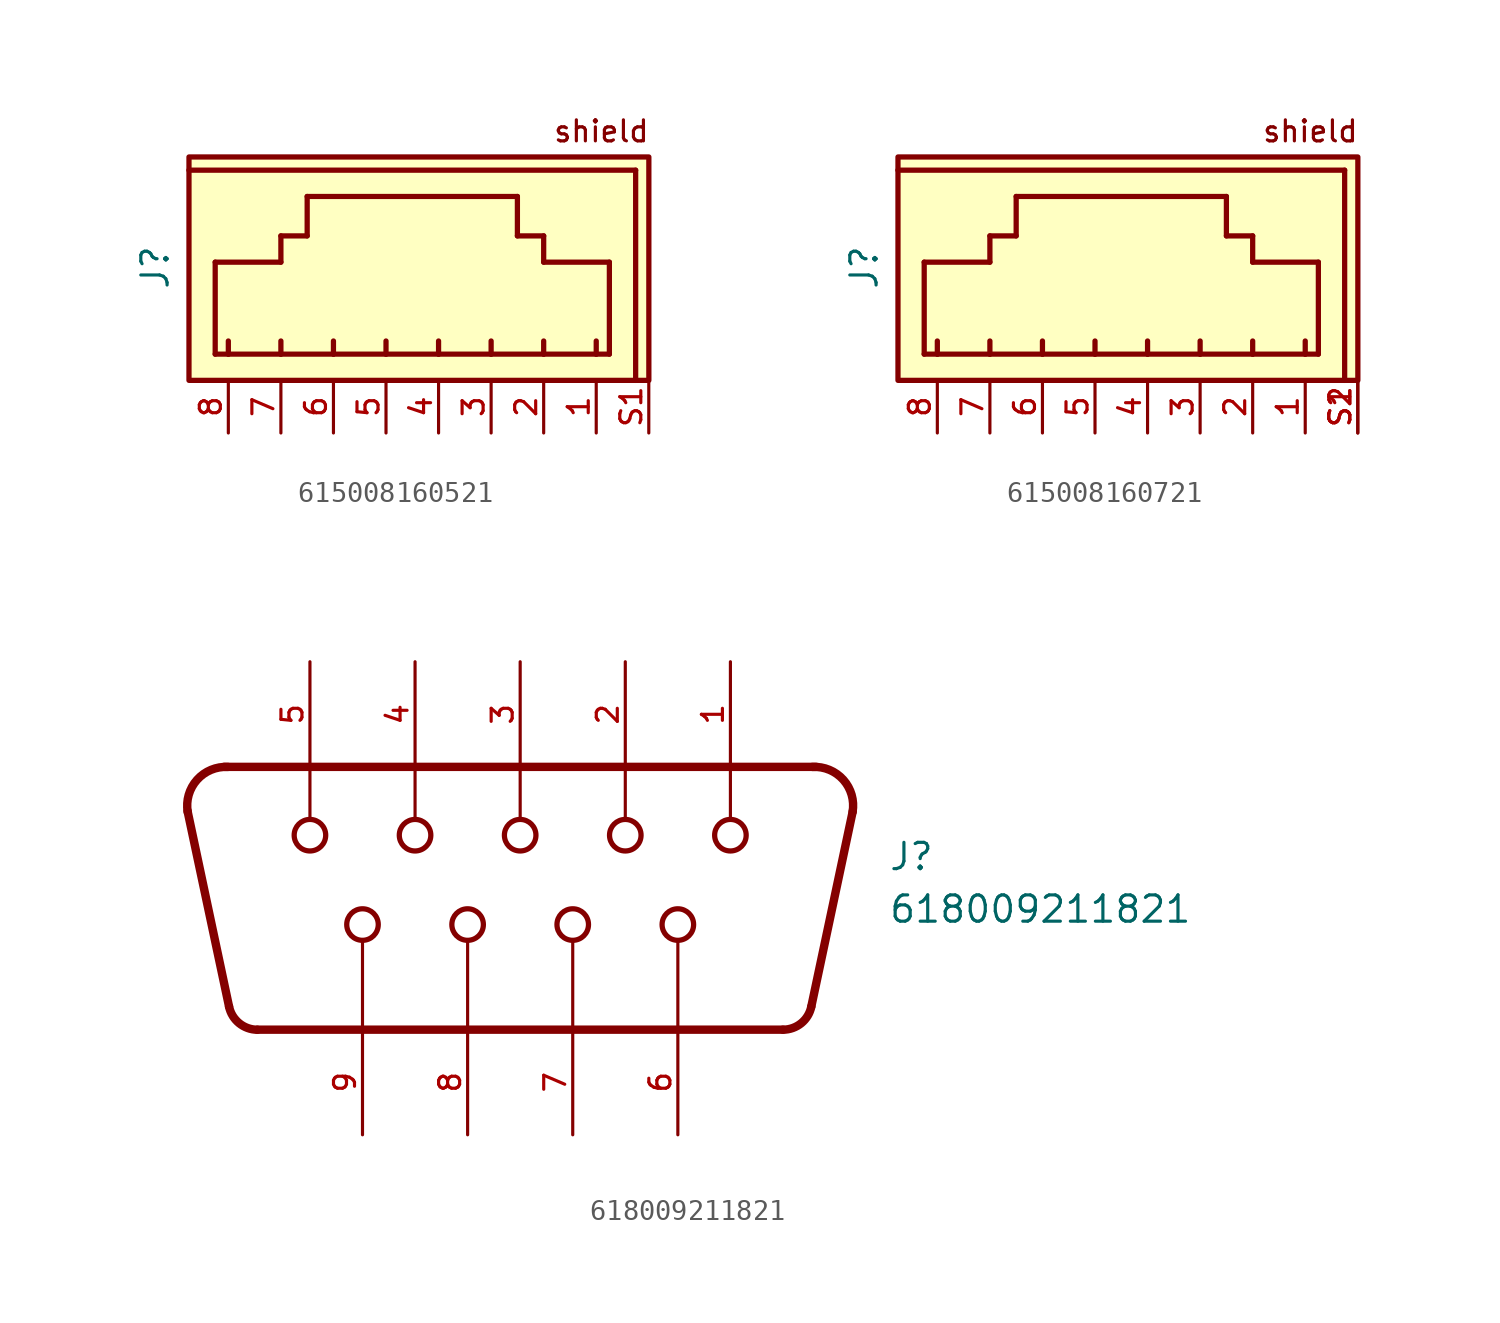
<source format=kicad_sym>
(kicad_symbol_lib
  (version 20231120)
  (generator "kicad_symbol_editor")
  (generator_version "8.0")
  (symbol "615008160521"
    (pin_names
      (offset 1.016))
    (property "Reference" "J"
      (at -12.957 0.378 90)
      (effects (font (size 1.27 1.27)) (justify bottom)))
    (symbol "615008160521_0_0"
      (rectangle (start -12.062 -5.077) (end 10.163 5.718) (stroke (width 0.254) (type default)) (fill (type background)))
      (polyline (pts (xy -12.065 5.08) (xy 9.525 5.08)) (stroke (width 0.254) (type default)) (fill (type none)))
      (polyline (pts (xy -10.795 -3.81) (xy -10.795 0.635)) (stroke (width 0.254) (type default)) (fill (type none)))
      (polyline (pts (xy -10.795 0.635) (xy -7.62 0.635)) (stroke (width 0.254) (type default)) (fill (type none)))
      (polyline (pts (xy -10.16 -3.81) (xy -10.795 -3.81)) (stroke (width 0.254) (type default)) (fill (type none)))
      (polyline (pts (xy -10.16 -3.81) (xy -10.16 -3.175)) (stroke (width 0.254) (type default)) (fill (type none)))
      (polyline (pts (xy -7.62 -3.81) (xy -10.16 -3.81)) (stroke (width 0.254) (type default)) (fill (type none)))
      (polyline (pts (xy -7.62 -3.81) (xy -7.62 -3.175)) (stroke (width 0.254) (type default)) (fill (type none)))
      (polyline (pts (xy -7.62 0.635) (xy -7.62 1.905)) (stroke (width 0.254) (type default)) (fill (type none)))
      (polyline (pts (xy -7.62 1.905) (xy -6.35 1.905)) (stroke (width 0.254) (type default)) (fill (type none)))
      (polyline (pts (xy -6.35 1.905) (xy -6.35 3.81)) (stroke (width 0.254) (type default)) (fill (type none)))
      (polyline (pts (xy -6.35 3.81) (xy 3.81 3.81)) (stroke (width 0.254) (type default)) (fill (type none)))
      (polyline (pts (xy -5.08 -3.81) (xy -7.62 -3.81)) (stroke (width 0.254) (type default)) (fill (type none)))
      (polyline (pts (xy -5.08 -3.81) (xy -5.08 -3.175)) (stroke (width 0.254) (type default)) (fill (type none)))
      (polyline (pts (xy -2.54 -3.81) (xy -5.08 -3.81)) (stroke (width 0.254) (type default)) (fill (type none)))
      (polyline (pts (xy -2.54 -3.81) (xy -2.54 -3.175)) (stroke (width 0.254) (type default)) (fill (type none)))
      (polyline (pts (xy 0 -3.81) (xy -2.54 -3.81)) (stroke (width 0.254) (type default)) (fill (type none)))
      (polyline (pts (xy 0 -3.81) (xy 0 -3.175)) (stroke (width 0.254) (type default)) (fill (type none)))
      (polyline (pts (xy 2.54 -3.81) (xy 0 -3.81)) (stroke (width 0.254) (type default)) (fill (type none)))
      (polyline (pts (xy 2.54 -3.81) (xy 2.54 -3.175)) (stroke (width 0.254) (type default)) (fill (type none)))
      (polyline (pts (xy 3.81 1.905) (xy 3.81 3.81)) (stroke (width 0.254) (type default)) (fill (type none)))
      (polyline (pts (xy 5.08 -3.81) (xy 2.54 -3.81)) (stroke (width 0.254) (type default)) (fill (type none)))
      (polyline (pts (xy 5.08 -3.81) (xy 5.08 -3.175)) (stroke (width 0.254) (type default)) (fill (type none)))
      (polyline (pts (xy 5.08 0.635) (xy 5.08 1.905)) (stroke (width 0.254) (type default)) (fill (type none)))
      (polyline (pts (xy 5.08 1.905) (xy 3.81 1.905)) (stroke (width 0.254) (type default)) (fill (type none)))
      (polyline (pts (xy 7.62 -3.81) (xy 5.08 -3.81)) (stroke (width 0.254) (type default)) (fill (type none)))
      (polyline (pts (xy 7.62 -3.81) (xy 7.62 -3.175)) (stroke (width 0.254) (type default)) (fill (type none)))
      (polyline (pts (xy 8.255 -3.81) (xy 7.62 -3.81)) (stroke (width 0.254) (type default)) (fill (type none)))
      (polyline (pts (xy 8.255 0.635) (xy 5.08 0.635)) (stroke (width 0.254) (type default)) (fill (type none)))
      (polyline (pts (xy 8.255 0.635) (xy 8.255 -3.81)) (stroke (width 0.254) (type default)) (fill (type none)))
      (polyline (pts (xy 9.525 5.08) (xy 9.525 -5.08)) (stroke (width 0.254) (type default)) (fill (type none)))
      (text "shield" (at 5.495 6.365 0) (effects (font (size 1.016 1.016)) (justify left bottom)))
      (pin passive line (at 7.62 -7.62 90) (length 2.54) (name "~" (effects (font (size 1.016 1.016)))) (number "1" (effects (font (size 1.016 1.016)))))
      (pin passive line (at 5.08 -7.62 90) (length 2.54) (name "~" (effects (font (size 1.016 1.016)))) (number "2" (effects (font (size 1.016 1.016)))))
      (pin passive line (at 2.54 -7.62 90) (length 2.54) (name "~" (effects (font (size 1.016 1.016)))) (number "3" (effects (font (size 1.016 1.016)))))
      (pin passive line (at 0 -7.62 90) (length 2.54) (name "~" (effects (font (size 1.016 1.016)))) (number "4" (effects (font (size 1.016 1.016)))))
      (pin passive line (at -2.54 -7.62 90) (length 2.54) (name "~" (effects (font (size 1.016 1.016)))) (number "5" (effects (font (size 1.016 1.016)))))
      (pin passive line (at -5.08 -7.62 90) (length 2.54) (name "~" (effects (font (size 1.016 1.016)))) (number "6" (effects (font (size 1.016 1.016)))))
      (pin passive line (at -7.62 -7.62 90) (length 2.54) (name "~" (effects (font (size 1.016 1.016)))) (number "7" (effects (font (size 1.016 1.016)))))
      (pin passive line (at -10.16 -7.62 90) (length 2.54) (name "~" (effects (font (size 1.016 1.016)))) (number "8" (effects (font (size 1.016 1.016)))))
      (pin passive line (at 10.16 -7.62 90) (length 2.54) (name "~" (effects (font (size 1.016 1.016)))) (number "S1" (effects (font (size 1.016 1.016)))))))
  (symbol "615008160721"
    (pin_names
      (offset 1.016))
    (property "Reference" "J"
      (at -12.957 0.378 90)
      (effects (font (size 1.27 1.27)) (justify bottom)))
    (symbol "615008160721_0_0"
      (rectangle (start -12.062 -5.077) (end 10.163 5.718) (stroke (width 0.254) (type default)) (fill (type background)))
      (polyline (pts (xy -12.065 5.08) (xy 9.525 5.08)) (stroke (width 0.254) (type default)) (fill (type none)))
      (polyline (pts (xy -10.795 -3.81) (xy -10.795 0.635)) (stroke (width 0.254) (type default)) (fill (type none)))
      (polyline (pts (xy -10.795 0.635) (xy -7.62 0.635)) (stroke (width 0.254) (type default)) (fill (type none)))
      (polyline (pts (xy -10.16 -3.81) (xy -10.795 -3.81)) (stroke (width 0.254) (type default)) (fill (type none)))
      (polyline (pts (xy -10.16 -3.81) (xy -10.16 -3.175)) (stroke (width 0.254) (type default)) (fill (type none)))
      (polyline (pts (xy -7.62 -3.81) (xy -10.16 -3.81)) (stroke (width 0.254) (type default)) (fill (type none)))
      (polyline (pts (xy -7.62 -3.81) (xy -7.62 -3.175)) (stroke (width 0.254) (type default)) (fill (type none)))
      (polyline (pts (xy -7.62 0.635) (xy -7.62 1.905)) (stroke (width 0.254) (type default)) (fill (type none)))
      (polyline (pts (xy -7.62 1.905) (xy -6.35 1.905)) (stroke (width 0.254) (type default)) (fill (type none)))
      (polyline (pts (xy -6.35 1.905) (xy -6.35 3.81)) (stroke (width 0.254) (type default)) (fill (type none)))
      (polyline (pts (xy -6.35 3.81) (xy 3.81 3.81)) (stroke (width 0.254) (type default)) (fill (type none)))
      (polyline (pts (xy -5.08 -3.81) (xy -7.62 -3.81)) (stroke (width 0.254) (type default)) (fill (type none)))
      (polyline (pts (xy -5.08 -3.81) (xy -5.08 -3.175)) (stroke (width 0.254) (type default)) (fill (type none)))
      (polyline (pts (xy -2.54 -3.81) (xy -5.08 -3.81)) (stroke (width 0.254) (type default)) (fill (type none)))
      (polyline (pts (xy -2.54 -3.81) (xy -2.54 -3.175)) (stroke (width 0.254) (type default)) (fill (type none)))
      (polyline (pts (xy 0 -3.81) (xy -2.54 -3.81)) (stroke (width 0.254) (type default)) (fill (type none)))
      (polyline (pts (xy 0 -3.81) (xy 0 -3.175)) (stroke (width 0.254) (type default)) (fill (type none)))
      (polyline (pts (xy 2.54 -3.81) (xy 0 -3.81)) (stroke (width 0.254) (type default)) (fill (type none)))
      (polyline (pts (xy 2.54 -3.81) (xy 2.54 -3.175)) (stroke (width 0.254) (type default)) (fill (type none)))
      (polyline (pts (xy 3.81 1.905) (xy 3.81 3.81)) (stroke (width 0.254) (type default)) (fill (type none)))
      (polyline (pts (xy 5.08 -3.81) (xy 2.54 -3.81)) (stroke (width 0.254) (type default)) (fill (type none)))
      (polyline (pts (xy 5.08 -3.81) (xy 5.08 -3.175)) (stroke (width 0.254) (type default)) (fill (type none)))
      (polyline (pts (xy 5.08 0.635) (xy 5.08 1.905)) (stroke (width 0.254) (type default)) (fill (type none)))
      (polyline (pts (xy 5.08 1.905) (xy 3.81 1.905)) (stroke (width 0.254) (type default)) (fill (type none)))
      (polyline (pts (xy 7.62 -3.81) (xy 5.08 -3.81)) (stroke (width 0.254) (type default)) (fill (type none)))
      (polyline (pts (xy 7.62 -3.81) (xy 7.62 -3.175)) (stroke (width 0.254) (type default)) (fill (type none)))
      (polyline (pts (xy 8.255 -3.81) (xy 7.62 -3.81)) (stroke (width 0.254) (type default)) (fill (type none)))
      (polyline (pts (xy 8.255 0.635) (xy 5.08 0.635)) (stroke (width 0.254) (type default)) (fill (type none)))
      (polyline (pts (xy 8.255 0.635) (xy 8.255 -3.81)) (stroke (width 0.254) (type default)) (fill (type none)))
      (polyline (pts (xy 9.525 5.08) (xy 9.525 -5.08)) (stroke (width 0.254) (type default)) (fill (type none)))
      (text "shield" (at 5.495 6.365 0) (effects (font (size 1.016 1.016)) (justify left bottom)))
      (pin passive line (at 7.62 -7.62 90) (length 2.54) (name "~" (effects (font (size 1.016 1.016)))) (number "1" (effects (font (size 1.016 1.016)))))
      (pin passive line (at 5.08 -7.62 90) (length 2.54) (name "~" (effects (font (size 1.016 1.016)))) (number "2" (effects (font (size 1.016 1.016)))))
      (pin passive line (at 2.54 -7.62 90) (length 2.54) (name "~" (effects (font (size 1.016 1.016)))) (number "3" (effects (font (size 1.016 1.016)))))
      (pin passive line (at 0 -7.62 90) (length 2.54) (name "~" (effects (font (size 1.016 1.016)))) (number "4" (effects (font (size 1.016 1.016)))))
      (pin passive line (at -2.54 -7.62 90) (length 2.54) (name "~" (effects (font (size 1.016 1.016)))) (number "5" (effects (font (size 1.016 1.016)))))
      (pin passive line (at -5.08 -7.62 90) (length 2.54) (name "~" (effects (font (size 1.016 1.016)))) (number "6" (effects (font (size 1.016 1.016)))))
      (pin passive line (at -7.62 -7.62 90) (length 2.54) (name "~" (effects (font (size 1.016 1.016)))) (number "7" (effects (font (size 1.016 1.016)))))
      (pin passive line (at -10.16 -7.62 90) (length 2.54) (name "~" (effects (font (size 1.016 1.016)))) (number "8" (effects (font (size 1.016 1.016)))))
      (pin passive line (at 10.16 -7.62 90) (length 2.54) (name "~" (effects (font (size 1.016 1.016)))) (number "S1" (effects (font (size 1.016 1.016)))))
      (pin passive line (at 10.16 -7.62 90) (length 2.54) (name "~" (effects (font (size 1.016 1.016)))) (number "S2" (effects (font (size 1.016 1.016)))))))
  (symbol "618009211821"
    (pin_names
      (offset 1.016))
    (property "Reference" "J"
      (at 17.78 0 0)
      (effects (font (size 1.27 1.27)) (justify left bottom)))
    (property "Value" "618009211821"
      (at 17.78 -2.54 0)
      (effects (font (size 1.27 1.27)) (justify left bottom)))
    (symbol "618009211821_0_0"
      (arc (start -14.1242 5.078) (mid -15.6205 4.4502) (end -16.0669 2.9006) (stroke (width 0.4064) (type default)) (fill (type none)))
      (arc (start -14.0694 -6.5054) (mid -13.586 -7.303) (end -12.7018 -7.624) (stroke (width 0.4064) (type default)) (fill (type none)))
      (circle (center -10.16 1.778) (radius 0.762) (stroke (width 0.254) (type default)) (fill (type none)))
      (circle (center -7.62 -2.54) (radius 0.762) (stroke (width 0.254) (type default)) (fill (type none)))
      (circle (center -5.08 1.778) (radius 0.762) (stroke (width 0.254) (type default)) (fill (type none)))
      (circle (center -2.54 -2.54) (radius 0.762) (stroke (width 0.254) (type default)) (fill (type none)))
      (polyline (pts (xy -16.076 2.95) (xy -14.069 -6.505)) (stroke (width 0.406) (type default)) (fill (type none)))
      (polyline (pts (xy -14.3 5.08) (xy 14.3 5.08)) (stroke (width 0.406) (type default)) (fill (type none)))
      (polyline (pts (xy -10.16 2.54) (xy -10.16 5.08)) (stroke (width 0.152) (type default)) (fill (type none)))
      (polyline (pts (xy -7.62 -7.66) (xy -7.62 -3.31)) (stroke (width 0.152) (type default)) (fill (type none)))
      (polyline (pts (xy -5.08 2.54) (xy -5.08 5.08)) (stroke (width 0.152) (type default)) (fill (type none)))
      (polyline (pts (xy -2.54 -7.66) (xy -2.54 -3.31)) (stroke (width 0.152) (type default)) (fill (type none)))
      (polyline (pts (xy 0 2.54) (xy 0 5.08)) (stroke (width 0.152) (type default)) (fill (type none)))
      (polyline (pts (xy 2.54 -7.66) (xy 2.54 -3.31)) (stroke (width 0.152) (type default)) (fill (type none)))
      (polyline (pts (xy 5.08 2.54) (xy 5.08 5.08)) (stroke (width 0.152) (type default)) (fill (type none)))
      (polyline (pts (xy 7.62 -7.66) (xy 7.62 -3.31)) (stroke (width 0.152) (type default)) (fill (type none)))
      (polyline (pts (xy 10.16 2.54) (xy 10.16 5.08)) (stroke (width 0.152) (type default)) (fill (type none)))
      (polyline (pts (xy 12.7 -7.62) (xy -12.7 -7.62)) (stroke (width 0.406) (type default)) (fill (type none)))
      (polyline (pts (xy 16.076 2.95) (xy 14.069 -6.505)) (stroke (width 0.406) (type default)) (fill (type none)))
      (circle (center 0 1.778) (radius 0.762) (stroke (width 0.254) (type default)) (fill (type none)))
      (circle (center 2.54 -2.54) (radius 0.762) (stroke (width 0.254) (type default)) (fill (type none)))
      (circle (center 5.08 1.778) (radius 0.762) (stroke (width 0.254) (type default)) (fill (type none)))
      (circle (center 7.62 -2.54) (radius 0.762) (stroke (width 0.254) (type default)) (fill (type none)))
      (circle (center 10.16 1.778) (radius 0.762) (stroke (width 0.254) (type default)) (fill (type none)))
      (arc (start 12.7018 -7.624) (mid 13.5829 -7.3058) (end 14.0694 -6.5054) (stroke (width 0.4064) (type default)) (fill (type none)))
      (arc (start 16.0669 2.9006) (mid 15.6179 4.456) (end 14.1242 5.078) (stroke (width 0.4064) (type default)) (fill (type none)))
      (pin bidirectional line (at 10.16 10.16 270) (length 5.08) (name "~" (effects (font (size 1.016 1.016)))) (number "1" (effects (font (size 1.016 1.016)))))
      (pin bidirectional line (at 5.08 10.16 270) (length 5.08) (name "~" (effects (font (size 1.016 1.016)))) (number "2" (effects (font (size 1.016 1.016)))))
      (pin bidirectional line (at 0 10.16 270) (length 5.08) (name "~" (effects (font (size 1.016 1.016)))) (number "3" (effects (font (size 1.016 1.016)))))
      (pin bidirectional line (at -5.08 10.16 270) (length 5.08) (name "~" (effects (font (size 1.016 1.016)))) (number "4" (effects (font (size 1.016 1.016)))))
      (pin bidirectional line (at -10.16 10.16 270) (length 5.08) (name "~" (effects (font (size 1.016 1.016)))) (number "5" (effects (font (size 1.016 1.016)))))
      (pin bidirectional line (at 7.62 -12.7 90) (length 5.08) (name "~" (effects (font (size 1.016 1.016)))) (number "6" (effects (font (size 1.016 1.016)))))
      (pin bidirectional line (at 2.54 -12.7 90) (length 5.08) (name "~" (effects (font (size 1.016 1.016)))) (number "7" (effects (font (size 1.016 1.016)))))
      (pin bidirectional line (at -2.54 -12.7 90) (length 5.08) (name "~" (effects (font (size 1.016 1.016)))) (number "8" (effects (font (size 1.016 1.016)))))
      (pin bidirectional line (at -7.62 -12.7 90) (length 5.08) (name "~" (effects (font (size 1.016 1.016)))) (number "9" (effects (font (size 1.016 1.016))))))))
</source>
